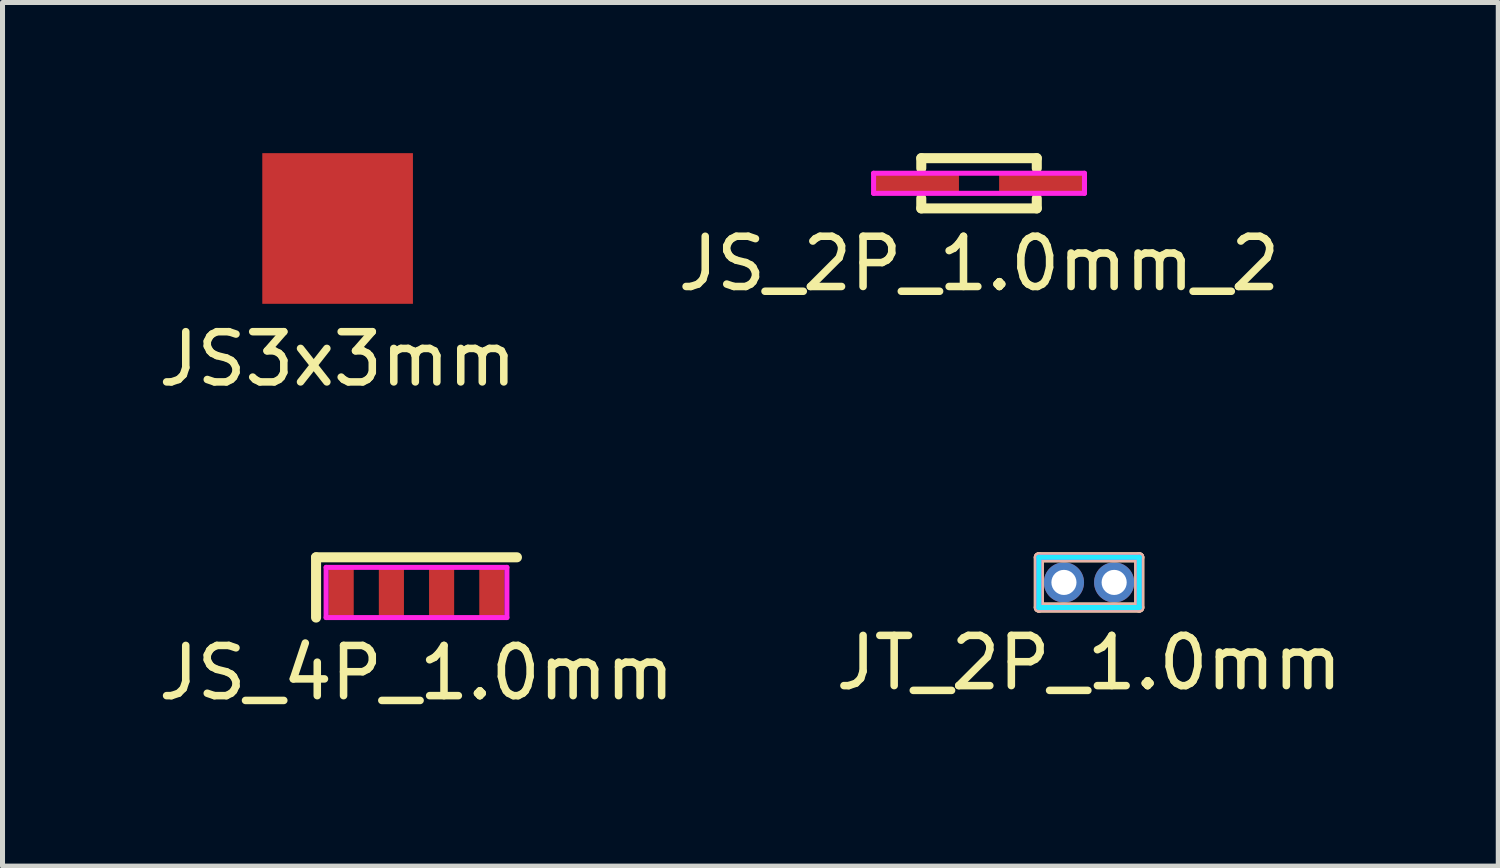
<source format=kicad_pcb>
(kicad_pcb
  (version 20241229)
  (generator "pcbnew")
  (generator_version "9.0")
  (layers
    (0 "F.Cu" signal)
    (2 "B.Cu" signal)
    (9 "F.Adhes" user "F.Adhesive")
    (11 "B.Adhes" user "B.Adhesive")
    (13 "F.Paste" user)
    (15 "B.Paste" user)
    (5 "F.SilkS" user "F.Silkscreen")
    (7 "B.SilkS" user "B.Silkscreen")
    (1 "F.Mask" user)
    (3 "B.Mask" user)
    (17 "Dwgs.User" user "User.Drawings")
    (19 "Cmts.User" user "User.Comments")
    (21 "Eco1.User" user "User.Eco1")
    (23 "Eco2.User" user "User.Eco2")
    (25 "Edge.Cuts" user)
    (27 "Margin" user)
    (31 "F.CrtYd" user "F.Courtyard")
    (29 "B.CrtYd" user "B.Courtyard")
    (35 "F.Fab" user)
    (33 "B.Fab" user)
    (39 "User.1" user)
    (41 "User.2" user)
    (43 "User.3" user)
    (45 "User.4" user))
  (footprint "JS_2P_1.0mm_2"
    (layer "F.Cu")
    (at 16.446 0.6)
    (property "Reference" "JS_2P_1.0mm_2" (at 0 1.6 0) (layer "F.SilkS") (effects (font (size 1 1) (thickness 0.15))))
    (attr smd)
    (fp_line (start -1.15 -0.5) (end -1.15 -0.3) (stroke (width 0.2) (type solid)) (layer "F.SilkS"))
    (fp_line (start -1.15 -0.5) (end 1.15 -0.5) (stroke (width 0.2) (type solid)) (layer "F.SilkS"))
    (fp_line (start -1.15 0.5) (end -1.15 0.3) (stroke (width 0.2) (type solid)) (layer "F.SilkS"))
    (fp_line (start 1.15 -0.5) (end 1.15 -0.3) (stroke (width 0.2) (type solid)) (layer "F.SilkS"))
    (fp_line (start 1.15 0.5) (end -1.15 0.5) (stroke (width 0.2) (type solid)) (layer "F.SilkS"))
    (fp_line (start 1.15 0.5) (end 1.15 0.3) (stroke (width 0.2) (type solid)) (layer "F.SilkS"))
    (fp_line (start -2.1 -0.2) (end 2.1 -0.2) (stroke (width 0.1) (type solid)) (layer "F.CrtYd"))
    (fp_line (start -2.1 0.2) (end -2.1 -0.2) (stroke (width 0.1) (type solid)) (layer "F.CrtYd"))
    (fp_line (start 2.1 -0.2) (end 2.1 0.2) (stroke (width 0.1) (type solid)) (layer "F.CrtYd"))
    (fp_line (start 2.1 0.2) (end -2.1 0.2) (stroke (width 0.1) (type solid)) (layer "F.CrtYd"))
    (pad "1" smd rect (at -1.25 0) (size 1.7 0.4) (layers "F.Cu" "F.Mask" "F.Paste"))
    (pad "2" smd rect (at 1.25 0) (size 1.7 0.4) (layers "F.Cu" "F.Mask" "F.Paste")))
  (footprint "JT_2P_1.0mm"
    (layer "F.Cu")
    (at 18.637 8.548)
    (property "Reference" "JT_2P_1.0mm" (at 0 1.6 0) (layer "F.SilkS") (effects (font (size 1 1) (thickness 0.15))))
    (attr through_hole)
    (fp_line (start -1 -0.5) (end 1 -0.5) (stroke (width 0.2) (type solid)) (layer "F.SilkS"))
    (fp_line (start -1 0.5) (end -1 -0.5) (stroke (width 0.2) (type solid)) (layer "F.SilkS"))
    (fp_line (start 1 -0.5) (end 1 0.5) (stroke (width 0.2) (type solid)) (layer "F.SilkS"))
    (fp_line (start 1 0.5) (end -1 0.5) (stroke (width 0.2) (type solid)) (layer "F.SilkS"))
    (fp_line (start -1 -0.5) (end 1 -0.5) (stroke (width 0.2) (type solid)) (layer "B.SilkS"))
    (fp_line (start -1 0.5) (end -1 -0.5) (stroke (width 0.2) (type solid)) (layer "B.SilkS"))
    (fp_line (start 1 -0.5) (end 1 0.5) (stroke (width 0.2) (type solid)) (layer "B.SilkS"))
    (fp_line (start 1 0.5) (end -1 0.5) (stroke (width 0.2) (type solid)) (layer "B.SilkS"))
    (fp_line (start -1 -0.5) (end 1 -0.5) (stroke (width 0.1) (type solid)) (layer "B.CrtYd"))
    (fp_line (start -1 0.5) (end -1 -0.5) (stroke (width 0.1) (type solid)) (layer "B.CrtYd"))
    (fp_line (start 1 -0.5) (end 1 0.5) (stroke (width 0.1) (type solid)) (layer "B.CrtYd"))
    (fp_line (start 1 0.5) (end -1 0.5) (stroke (width 0.1) (type solid)) (layer "B.CrtYd"))
    (fp_line (start -1 -0.5) (end 1 -0.5) (stroke (width 0.1) (type solid)) (layer "F.CrtYd"))
    (fp_line (start -1 0.5) (end -1 -0.5) (stroke (width 0.1) (type solid)) (layer "F.CrtYd"))
    (fp_line (start 1 -0.5) (end 1 0.5) (stroke (width 0.1) (type solid)) (layer "F.CrtYd"))
    (fp_line (start 1 0.5) (end -1 0.5) (stroke (width 0.1) (type solid)) (layer "F.CrtYd"))
    (pad "1" thru_hole circle (at -0.5 0) (size 0.8 0.8) (drill 0.5) (layers "*.Cu" "*.Mask"))
    (pad "2" thru_hole circle (at 0.5 0) (size 0.8 0.8) (drill 0.5) (layers "*.Cu" "*.Mask")))
  (footprint "JS3x3mm"
    (layer "F.Cu")
    (at 3.673 1.5)
    (property "Reference" "JS3x3mm" (at 0 2.6 0) (layer "F.SilkS") (effects (font (size 1 1) (thickness 0.15))))
    (attr smd)
    (pad "1" smd rect (at 0 0) (size 3 3) (layers "F.Cu" "F.Mask" "F.Paste")))
  (footprint "JS_4P_1.0mm"
    (layer "F.Cu")
    (at 5.244 8.748)
    (property "Reference" "JS_4P_1.0mm" (at 0 1.6 0) (layer "F.SilkS") (effects (font (size 1 1) (thickness 0.15))))
    (attr smd)
    (fp_line (start -2 -0.7) (end 2 -0.7) (stroke (width 0.2) (type solid)) (layer "F.SilkS"))
    (fp_line (start -2 0.5) (end -2 -0.7) (stroke (width 0.2) (type solid)) (layer "F.SilkS"))
    (fp_line (start -1.8 -0.5) (end -1.8 0.5) (stroke (width 0.1) (type solid)) (layer "F.CrtYd"))
    (fp_line (start -1.8 0.5) (end 1.8 0.5) (stroke (width 0.1) (type solid)) (layer "F.CrtYd"))
    (fp_line (start 1.8 -0.5) (end -1.8 -0.5) (stroke (width 0.1) (type solid)) (layer "F.CrtYd"))
    (fp_line (start 1.8 0.5) (end 1.8 -0.5) (stroke (width 0.1) (type solid)) (layer "F.CrtYd"))
    (pad "1" smd rect (at -1.5 0) (size 0.5 1) (layers "F.Cu" "F.Mask" "F.Paste"))
    (pad "2" smd rect (at -0.5 0) (size 0.5 1) (layers "F.Cu" "F.Mask" "F.Paste"))
    (pad "3" smd rect (at 0.5 0) (size 0.5 1) (layers "F.Cu" "F.Mask" "F.Paste"))
    (pad "4" smd rect (at 1.5 0) (size 0.5 1) (layers "F.Cu" "F.Mask" "F.Paste")))
  (gr_rect
    (start -3 -3)
    (end 26.786 14.197)
    (stroke (width 0.1) (type default))
    (fill no)
    (layer "Edge.Cuts")))
</source>
